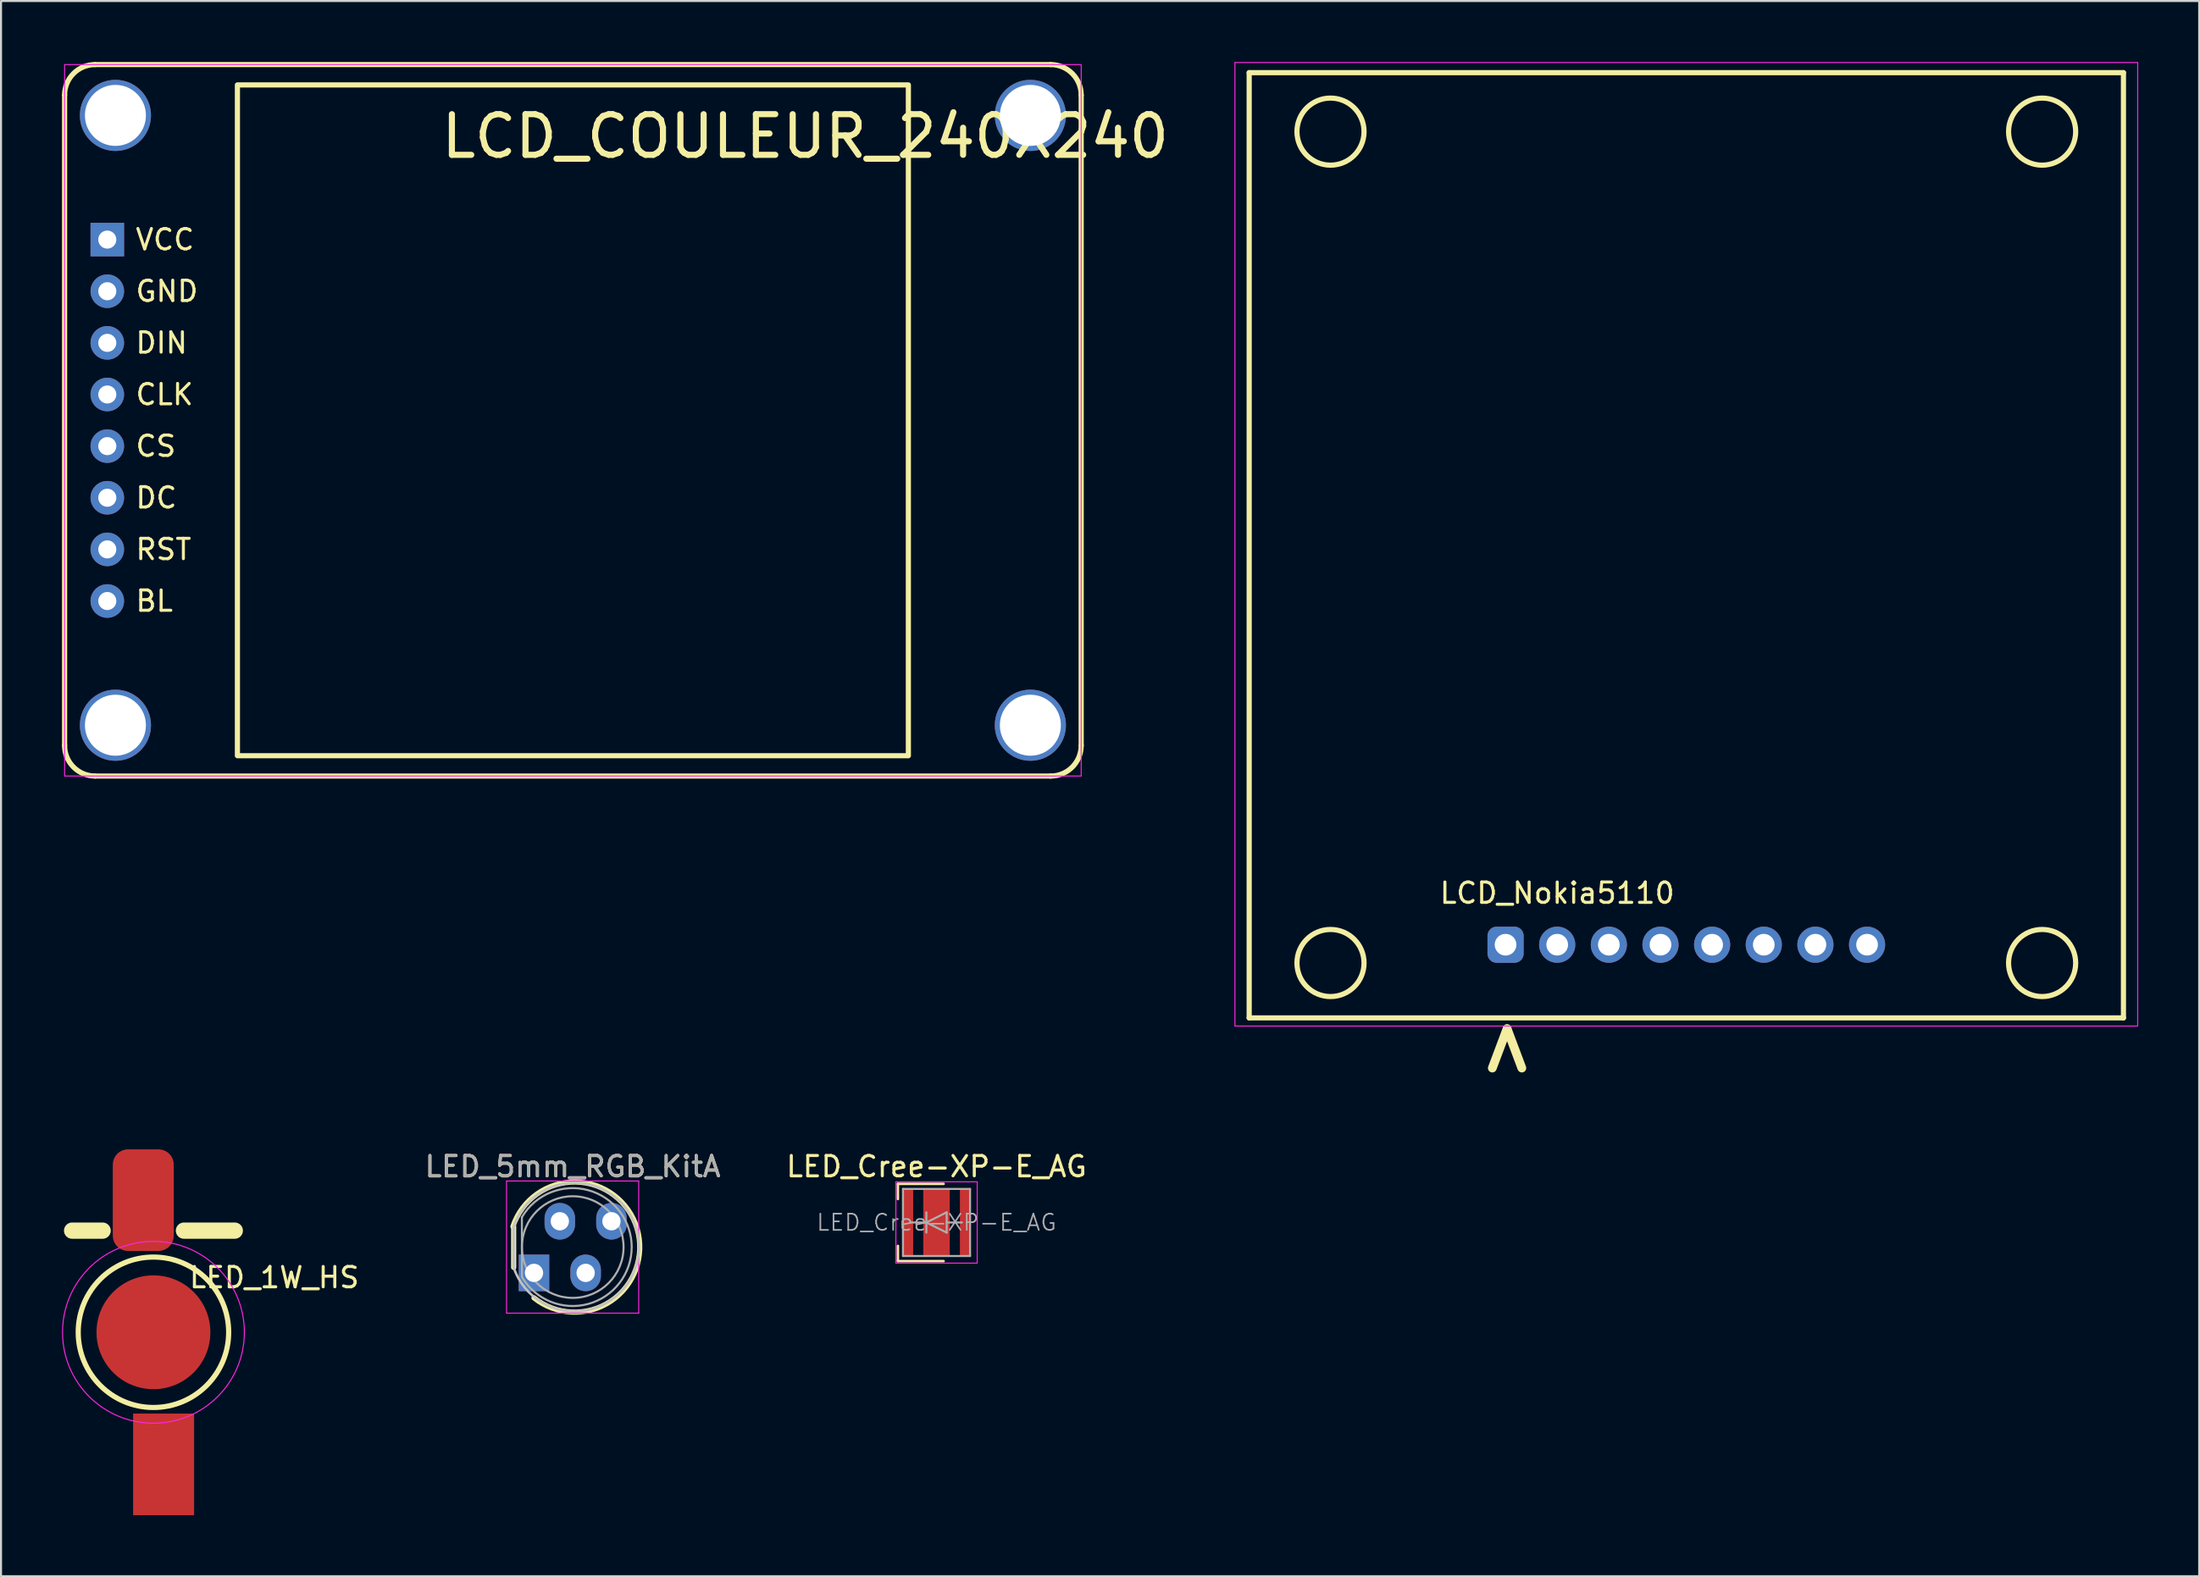
<source format=kicad_pcb>
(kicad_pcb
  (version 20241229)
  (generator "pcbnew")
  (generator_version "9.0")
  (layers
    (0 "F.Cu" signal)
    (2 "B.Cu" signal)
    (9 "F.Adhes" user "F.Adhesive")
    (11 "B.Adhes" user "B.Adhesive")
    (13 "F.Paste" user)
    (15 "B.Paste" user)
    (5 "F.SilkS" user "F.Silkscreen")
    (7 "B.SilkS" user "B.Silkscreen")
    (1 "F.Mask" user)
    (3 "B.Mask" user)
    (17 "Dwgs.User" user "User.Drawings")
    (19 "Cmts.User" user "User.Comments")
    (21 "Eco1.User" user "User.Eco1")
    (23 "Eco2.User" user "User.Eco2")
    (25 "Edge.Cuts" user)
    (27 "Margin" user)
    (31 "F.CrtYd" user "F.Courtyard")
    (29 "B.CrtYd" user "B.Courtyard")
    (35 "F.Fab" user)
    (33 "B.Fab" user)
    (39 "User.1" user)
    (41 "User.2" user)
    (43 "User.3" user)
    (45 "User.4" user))
  (footprint "LCD_Nokia5110"
    (layer "F.Cu")
    (at 79.889 43.425)
    (property "Reference" "LCD_Nokia5110" (at -6.35 -2.54 0) (unlocked yes) (layer "F.SilkS") (effects (font (size 1 1) (thickness 0.15))))
    (attr through_hole)
    (fp_line (start -21.5 -42.9) (end -21.5 3.6) (stroke (width 0.254) (type solid)) (layer "F.SilkS"))
    (fp_line (start -21.5 3.6) (end 21.5 3.6) (stroke (width 0.254) (type solid)) (layer "F.SilkS"))
    (fp_line (start 21.5 -42.9) (end -21.5 -42.9) (stroke (width 0.254) (type solid)) (layer "F.SilkS"))
    (fp_line (start 21.5 3.6) (end 21.5 -42.9) (stroke (width 0.254) (type solid)) (layer "F.SilkS"))
    (fp_circle (center -17.5 -40) (end -15.85 -40) (stroke (width 0.254) (type solid)) (fill no) (layer "F.SilkS"))
    (fp_circle (center -17.5 0.9) (end -15.85 0.9) (stroke (width 0.254) (type solid)) (fill no) (layer "F.SilkS"))
    (fp_circle (center 17.5 -40) (end 19.15 -40) (stroke (width 0.254) (type solid)) (fill no) (layer "F.SilkS"))
    (fp_circle (center 17.5 0.9) (end 19.15 0.9) (stroke (width 0.254) (type solid)) (fill no) (layer "F.SilkS"))
    (fp_line (start -22.2 -43.4) (end -22.2 4) (stroke (width 0.05) (type solid)) (layer "F.CrtYd"))
    (fp_line (start -22.2 4) (end -21.8 4) (stroke (width 0.05) (type solid)) (layer "F.CrtYd"))
    (fp_line (start -21.8 4) (end 22.2 4) (stroke (width 0.05) (type solid)) (layer "F.CrtYd"))
    (fp_line (start 22.2 -43.4) (end -22.2 -43.4) (stroke (width 0.05) (type solid)) (layer "F.CrtYd"))
    (fp_line (start 22.2 4) (end 22.2 -43.4) (stroke (width 0.05) (type solid)) (layer "F.CrtYd"))
    (fp_text user ">" (at -9 5.1 90) (unlocked yes) (layer "F.SilkS") (effects (font (size 2.54 2.54) (thickness 0.432))))
    (pad "1" thru_hole roundrect (at -8.89 0) (size 1.778 1.778) (drill 1.067) (layers "*.Cu" "*.Mask") (roundrect_rratio 0.25))
    (pad "2" thru_hole circle (at -6.35 0) (size 1.778 1.778) (drill 1.067) (layers "*.Cu" "*.Mask"))
    (pad "3" thru_hole circle (at -3.81 0) (size 1.778 1.778) (drill 1.067) (layers "*.Cu" "*.Mask"))
    (pad "4" thru_hole circle (at -1.27 0) (size 1.778 1.778) (drill 1.067) (layers "*.Cu" "*.Mask"))
    (pad "5" thru_hole circle (at 1.27 0) (size 1.778 1.778) (drill 1.067) (layers "*.Cu" "*.Mask"))
    (pad "6" thru_hole circle (at 3.81 0) (size 1.778 1.778) (drill 1.067) (layers "*.Cu" "*.Mask"))
    (pad "7" thru_hole circle (at 6.35 0) (size 1.778 1.778) (drill 1.067) (layers "*.Cu" "*.Mask"))
    (pad "8" thru_hole circle (at 8.89 0) (size 1.778 1.778) (drill 1.067) (layers "*.Cu" "*.Mask")))
  (footprint "LED_1W_HS"
    (layer "F.Cu")
    (at 4.497 62.491)
    (property "Reference" "LED_1W_HS" (at 5.944 -2.692 0) (unlocked yes) (layer "F.SilkS") (effects (font (size 1 1) (thickness 0.15))))
    (attr smd)
    (fp_line (start -2.5 -5) (end -4 -5) (stroke (width 0.8) (type solid)) (layer "F.SilkS"))
    (fp_line (start 1.5 -5) (end 4 -5) (stroke (width 0.8) (type solid)) (layer "F.SilkS"))
    (fp_circle (center 0 0) (end 3.7 0) (stroke (width 0.254) (type solid)) (fill no) (layer "F.SilkS"))
    (fp_circle (center 0 0) (end 2 -4) (stroke (width 0.05) (type solid)) (fill no) (layer "F.CrtYd"))
    (pad "1" smd roundrect (at -0.5 -6.5) (size 3 5) (layers "F.Cu" "F.Mask" "F.Paste") (roundrect_rratio 0.25))
    (pad "2" smd rect (at 0.5 6.5) (size 3 5) (layers "F.Cu" "F.Mask" "F.Paste"))
    (pad "3" smd circle (at 0 0) (size 5.6 5.6) (layers "F.Cu" "F.Mask" "F.Paste")))
  (footprint "LCD_COULEUR_240X240"
    (layer "F.Cu")
    (at 25.127 17.627)
    (property "Reference" "LCD_COULEUR_240X240" (at 11.43 -13.97 0) (unlocked yes) (layer "F.SilkS") (effects (font (size 2 2) (thickness 0.3))))
    (attr through_hole)
    (fp_line (start -25 -16) (end -25 16) (stroke (width 0.254) (type solid)) (layer "F.SilkS"))
    (fp_line (start -23.5 -17.5) (end 23.5 -17.5) (stroke (width 0.254) (type solid)) (layer "F.SilkS"))
    (fp_line (start -23.5 17.5) (end 23.5 17.5) (stroke (width 0.254) (type solid)) (layer "F.SilkS"))
    (fp_line (start 25 16) (end 25 -16) (stroke (width 0.254) (type solid)) (layer "F.SilkS"))
    (fp_rect (start -16.5 -16.5) (end 16.5 16.5) (stroke (width 0.254) (type solid)) (fill no) (layer "F.SilkS"))
    (fp_arc (start -25 -16) (mid -24.56066 -17.06066) (end -23.5 -17.5) (stroke (width 0.254) (type solid)) (layer "F.SilkS"))
    (fp_arc (start -23.5 17.5) (mid -24.56066 17.06066) (end -25 16) (stroke (width 0.254) (type solid)) (layer "F.SilkS"))
    (fp_arc (start 23.5 -17.5) (mid 24.56066 -17.06066) (end 25 -16) (stroke (width 0.254) (type solid)) (layer "F.SilkS"))
    (fp_arc (start 25 16) (mid 24.56066 17.06066) (end 23.5 17.5) (stroke (width 0.254) (type solid)) (layer "F.SilkS"))
    (fp_rect (start -25 -17.5) (end 25 17.5) (stroke (width 0.05) (type solid)) (fill no) (layer "F.CrtYd"))
    (fp_text user "CLK" (at -21.59 -1.27 0) (unlocked yes) (layer "F.SilkS") (effects (font (size 1 1) (thickness 0.15)) (justify left)))
    (fp_text user "GND" (at -21.59 -6.35 0) (unlocked yes) (layer "F.SilkS") (effects (font (size 1 1) (thickness 0.15)) (justify left)))
    (fp_text user "RST" (at -21.59 6.35 0) (unlocked yes) (layer "F.SilkS") (effects (font (size 1 1) (thickness 0.15)) (justify left)))
    (fp_text user "DIN" (at -21.59 -3.81 0) (unlocked yes) (layer "F.SilkS") (effects (font (size 1 1) (thickness 0.15)) (justify left)))
    (fp_text user "VCC" (at -21.59 -8.89 0) (unlocked yes) (layer "F.SilkS") (effects (font (size 1 1) (thickness 0.15)) (justify left)))
    (fp_text user "BL" (at -21.59 8.89 0) (unlocked yes) (layer "F.SilkS") (effects (font (size 1 1) (thickness 0.15)) (justify left)))
    (fp_text user "CS" (at -21.59 1.27 0) (unlocked yes) (layer "F.SilkS") (effects (font (size 1 1) (thickness 0.15)) (justify left)))
    (fp_text user "DC" (at -21.59 3.81 0) (unlocked yes) (layer "F.SilkS") (effects (font (size 1 1) (thickness 0.15)) (justify left)))
    (pad "1" thru_hole rect (at -22.9 -8.89) (size 1.651 1.651) (drill 0.889) (layers "*.Cu" "*.Mask"))
    (pad "2" thru_hole circle (at -22.9 -6.35) (size 1.651 1.651) (drill 0.889) (layers "*.Cu" "*.Mask"))
    (pad "3" thru_hole circle (at -22.9 -3.81) (size 1.651 1.651) (drill 0.889) (layers "*.Cu" "*.Mask"))
    (pad "4" thru_hole circle (at -22.9 -1.27) (size 1.651 1.651) (drill 0.889) (layers "*.Cu" "*.Mask"))
    (pad "5" thru_hole circle (at -22.9 1.27) (size 1.651 1.651) (drill 0.889) (layers "*.Cu" "*.Mask"))
    (pad "6" thru_hole circle (at -22.9 3.81) (size 1.651 1.651) (drill 0.889) (layers "*.Cu" "*.Mask"))
    (pad "7" thru_hole circle (at -22.9 6.35) (size 1.651 1.651) (drill 0.889) (layers "*.Cu" "*.Mask"))
    (pad "8" thru_hole circle (at -22.9 8.89) (size 1.651 1.651) (drill 0.889) (layers "*.Cu" "*.Mask"))
    (pad "9" thru_hole circle (at -22.5 -15) (size 3.5 3.5) (drill 3) (layers "*.Cu" "*.Mask"))
    (pad "10" thru_hole circle (at 22.5 -15) (size 3.5 3.5) (drill 3) (layers "*.Cu" "*.Mask"))
    (pad "11" thru_hole circle (at 22.5 15) (size 3.5 3.5) (drill 3) (layers "*.Cu" "*.Mask"))
    (pad "12" thru_hole circle (at -22.5 15) (size 3.5 3.5) (drill 3) (layers "*.Cu" "*.Mask")))
  (footprint "LED_5mm_RGB_KitA"
    (layer "F.Cu")
    (at 23.214 58.299)
    (property "Reference" "LED_5mm_RGB_KitA" (at 1.905 -3.96 0) (layer "F.SilkS") (effects (font (size 1 1) (thickness 0.15))))
    (attr through_hole)
    (fp_line (start -1 -1) (end -1 1) (stroke (width 0.254) (type solid)) (layer "F.SilkS"))
    (fp_arc (start -1.037267 -1.012422) (mid 5.07047 -0.906754) (end 0.000001 2.499999) (stroke (width 0.254) (type solid)) (layer "F.SilkS"))
    (fp_line (start -1 -1) (end -1 1) (stroke (width 0.12) (type solid)) (layer "Dwgs.User"))
    (fp_line (start -1 -1) (end -1 1) (stroke (width 0.12) (type solid)) (layer "Dwgs.User"))
    (fp_arc (start -0.999999 -1) (mid 5.162277 0) (end -0.999999 0.999999) (stroke (width 0.12) (type solid)) (layer "Dwgs.User"))
    (fp_line (start -1.35 -3.25) (end -1.35 3.25) (stroke (width 0.05) (type solid)) (layer "F.CrtYd"))
    (fp_line (start -1.35 3.25) (end 5.15 3.25) (stroke (width 0.05) (type solid)) (layer "F.CrtYd"))
    (fp_line (start 5.15 -3.25) (end -1.35 -3.25) (stroke (width 0.05) (type solid)) (layer "F.CrtYd"))
    (fp_line (start 5.15 3.25) (end 5.15 -3.25) (stroke (width 0.05) (type solid)) (layer "F.CrtYd"))
    (fp_line (start -0.595 -1.47) (end -0.595 1.47) (stroke (width 0.1) (type solid)) (layer "F.Fab"))
    (fp_arc (start -0.595 -1.469694) (mid 4.805 0.000016) (end -0.595016 1.469666) (stroke (width 0.1) (type solid)) (layer "F.Fab"))
    (fp_circle (center 1.905 0) (end 4.405 0) (stroke (width 0.1) (type solid)) (fill no) (layer "F.Fab"))
    (fp_text user "${REFERENCE}" (at 1.905 -3.96 0) (layer "F.Fab") (effects (font (size 1 1) (thickness 0.15))))
    (pad "1" thru_hole rect (at 0 1.27) (size 1.5 1.8) (drill 0.9) (layers "*.Cu" "*.Mask"))
    (pad "2" thru_hole oval (at 1.27 -1.27) (size 1.5 1.8) (drill 0.9) (layers "*.Cu" "*.Mask"))
    (pad "3" thru_hole oval (at 2.54 1.27) (size 1.5 1.8) (drill 0.9) (layers "*.Cu" "*.Mask"))
    (pad "4" thru_hole oval (at 3.81 -1.27) (size 1.5 1.8) (drill 0.9) (layers "*.Cu" "*.Mask")))
  (footprint "LED_Cree-XP-E_AG"
    (layer "F.Cu")
    (at 43.012 57.089)
    (property "Reference" "LED_Cree-XP-E_AG" (at 0 -2.75 0) (layer "F.SilkS") (effects (font (size 1 1) (thickness 0.15))))
    (attr smd)
    (fp_line (start -1.9 -1.9) (end -1.9 -1.15) (stroke (width 0.12) (type solid)) (layer "F.SilkS"))
    (fp_line (start -1.9 1.9) (end -1.9 1.15) (stroke (width 0.12) (type solid)) (layer "F.SilkS"))
    (fp_line (start 0.35 -1.9) (end -1.9 -1.9) (stroke (width 0.12) (type solid)) (layer "F.SilkS"))
    (fp_line (start 0.35 1.9) (end -1.9 1.9) (stroke (width 0.12) (type solid)) (layer "F.SilkS"))
    (fp_line (start -2 -2) (end 2 -2) (stroke (width 0.05) (type solid)) (layer "F.CrtYd"))
    (fp_line (start -2 2) (end -2 -2) (stroke (width 0.05) (type solid)) (layer "F.CrtYd"))
    (fp_line (start 2 -2) (end 2 2) (stroke (width 0.05) (type solid)) (layer "F.CrtYd"))
    (fp_line (start 2 2) (end -2 2) (stroke (width 0.05) (type solid)) (layer "F.CrtYd"))
    (fp_line (start -1.65 -1.65) (end 1.65 -1.65) (stroke (width 0.1) (type solid)) (layer "F.Fab"))
    (fp_line (start -1.65 1.65) (end -1.65 -1.65) (stroke (width 0.1) (type solid)) (layer "F.Fab"))
    (fp_line (start -1.25 0) (end -0.5 0) (stroke (width 0.1) (type solid)) (layer "F.Fab"))
    (fp_line (start -0.5 -0.5) (end -0.5 0.5) (stroke (width 0.1) (type solid)) (layer "F.Fab"))
    (fp_line (start -0.5 0) (end 0.5 -0.5) (stroke (width 0.1) (type solid)) (layer "F.Fab"))
    (fp_line (start 0.5 -0.5) (end 0.5 0.5) (stroke (width 0.1) (type solid)) (layer "F.Fab"))
    (fp_line (start 0.5 0.5) (end -0.5 0) (stroke (width 0.1) (type solid)) (layer "F.Fab"))
    (fp_line (start 1.25 0) (end 0.5 0) (stroke (width 0.1) (type solid)) (layer "F.Fab"))
    (fp_line (start 1.65 -1.65) (end 1.65 1.65) (stroke (width 0.1) (type solid)) (layer "F.Fab"))
    (fp_line (start 1.65 1.65) (end -1.65 1.65) (stroke (width 0.1) (type solid)) (layer "F.Fab"))
    (fp_text user "${REFERENCE}" (at 0 0 0) (layer "F.Fab") (effects (font (size 0.8 0.8) (thickness 0.08))))
    (pad "" smd rect (at 0 -1) (size 1.01 0.75) (layers "F.Paste"))
    (pad "" smd rect (at 0 0) (size 1.01 0.75) (layers "F.Paste"))
    (pad "" smd rect (at 0 1) (size 1.01 0.75) (layers "F.Paste"))
    (pad "1" smd rect (at -1.4 0) (size 0.5 3.3) (layers "F.Cu" "F.Mask" "F.Paste"))
    (pad "2" smd rect (at 1.4 0) (size 0.5 3.3) (layers "F.Cu" "F.Mask" "F.Paste"))
    (pad "3" smd rect (at 0 0) (size 1.3 3.3) (layers "F.Cu" "F.Mask")))
  (gr_rect
    (start -3 -3)
    (end 105.114 74.491)
    (stroke (width 0.1) (type default))
    (fill no)
    (layer "Edge.Cuts")))
</source>
